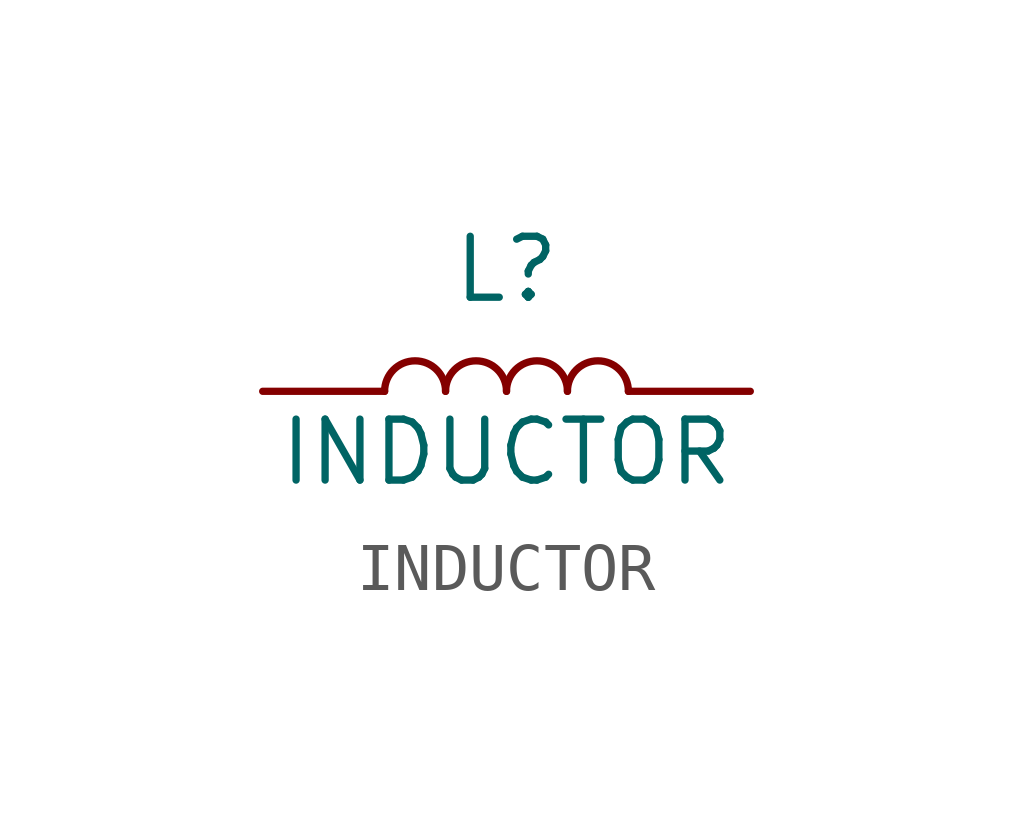
<source format=kicad_sym>
(kicad_symbol_lib
  (version 20211014)
  (generator kicad_symbol_editor)
  (symbol "INDUCTOR"
    (pin_numbers hide)
    (pin_names
      (offset 1.016) hide)
    (property "Reference" "L"
      (at 0 2.54 0)
      (effects (font (size 1.27 1.27))))
    (property "Value" "INDUCTOR"
      (at 0 -1.27 0)
      (effects (font (size 1.27 1.27))))
    (symbol "INDUCTOR_0_1"
      (arc (start -1.27 0) (mid -1.905 0.635) (end -2.54 0) (stroke (width 0) (type default) (color 0 0 0 0)) (fill (type none)))
      (arc (start 0 0) (mid -0.635 0.635) (end -1.27 0) (stroke (width 0) (type default) (color 0 0 0 0)) (fill (type none)))
      (arc (start 1.27 0) (mid 0.635 0.635) (end 0 0) (stroke (width 0) (type default) (color 0 0 0 0)) (fill (type none)))
      (arc (start 2.54 0) (mid 1.905 0.635) (end 1.27 0) (stroke (width 0) (type default) (color 0 0 0 0)) (fill (type none))))
    (symbol "INDUCTOR_1_1"
      (pin passive line (at -5.08 0 0) (length 2.54) (name "1" (effects (font (size 1.778 1.778)))) (number "1" (effects (font (size 1.778 1.778)))))
      (pin passive line (at 5.08 0 180) (length 2.54) (name "2" (effects (font (size 1.778 1.778)))) (number "2" (effects (font (size 1.778 1.778))))))))
</source>
